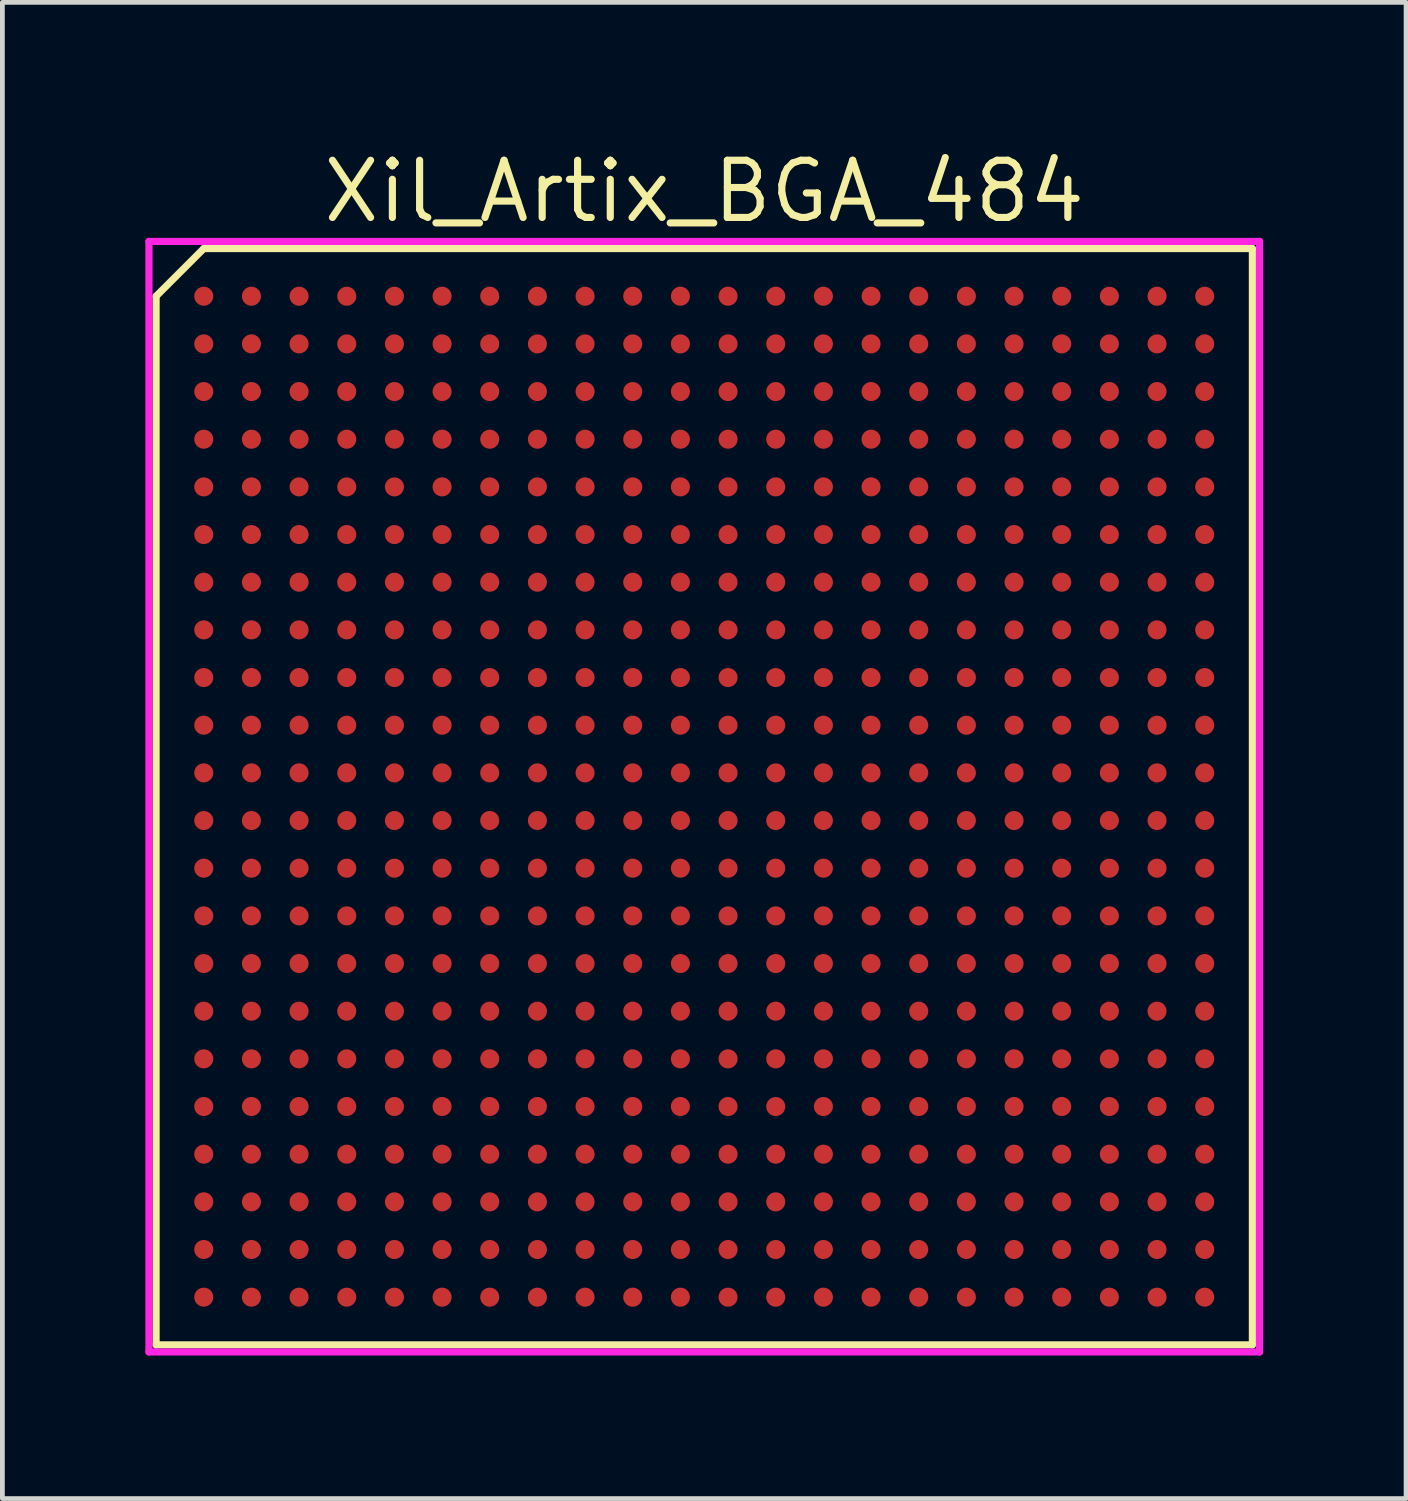
<source format=kicad_pcb>
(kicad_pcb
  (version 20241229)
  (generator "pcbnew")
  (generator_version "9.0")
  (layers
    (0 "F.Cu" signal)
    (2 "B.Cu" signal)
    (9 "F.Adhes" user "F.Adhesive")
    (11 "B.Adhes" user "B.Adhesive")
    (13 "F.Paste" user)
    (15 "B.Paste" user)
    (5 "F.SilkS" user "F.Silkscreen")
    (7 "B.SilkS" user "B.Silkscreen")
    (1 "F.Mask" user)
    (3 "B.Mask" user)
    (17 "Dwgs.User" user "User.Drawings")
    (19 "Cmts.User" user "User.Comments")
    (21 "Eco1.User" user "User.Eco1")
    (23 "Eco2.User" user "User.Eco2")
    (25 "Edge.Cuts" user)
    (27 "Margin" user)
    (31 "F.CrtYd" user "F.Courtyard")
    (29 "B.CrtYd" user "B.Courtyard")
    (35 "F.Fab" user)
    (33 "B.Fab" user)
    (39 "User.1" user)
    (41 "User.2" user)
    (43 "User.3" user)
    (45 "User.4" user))
  (footprint "Xil_Artix_BGA_484"
    (layer "F.Cu")
    (at 11.725 13.665)
    (property "Reference" "Xil_Artix_BGA_484" (at 0 -12.7 0) (layer "F.SilkS") (effects (font (size 1.2 1.2) (thickness 0.15))))
    (attr through_hole)
    (fp_line (start -11.5 -10.5) (end -11.5 11.5) (stroke (width 0.15) (type solid)) (layer "F.SilkS"))
    (fp_line (start -11.5 11.5) (end 11.5 11.5) (stroke (width 0.15) (type solid)) (layer "F.SilkS"))
    (fp_line (start -10.5 -11.5) (end -11.5 -10.5) (stroke (width 0.15) (type solid)) (layer "F.SilkS"))
    (fp_line (start 11.5 -11.5) (end -10.5 -11.5) (stroke (width 0.15) (type solid)) (layer "F.SilkS"))
    (fp_line (start 11.5 11.5) (end 11.5 -11.5) (stroke (width 0.15) (type solid)) (layer "F.SilkS"))
    (fp_line (start -11.65 -11.65) (end 11.65 -11.65) (stroke (width 0.15) (type solid)) (layer "F.CrtYd"))
    (fp_line (start -11.65 11.65) (end -11.65 -11.65) (stroke (width 0.15) (type solid)) (layer "F.CrtYd"))
    (fp_line (start 11.65 -11.65) (end 11.65 11.65) (stroke (width 0.15) (type solid)) (layer "F.CrtYd"))
    (fp_line (start 11.65 11.65) (end -11.65 11.65) (stroke (width 0.15) (type solid)) (layer "F.CrtYd"))
    (pad "A1" smd circle (at -10.5 -10.5) (size 0.4 0.4) (layers "F.Cu" "F.Mask" "F.Paste"))
    (pad "A2" smd circle (at -9.5 -10.5) (size 0.4 0.4) (layers "F.Cu" "F.Mask" "F.Paste"))
    (pad "A3" smd circle (at -8.5 -10.5) (size 0.4 0.4) (layers "F.Cu" "F.Mask" "F.Paste"))
    (pad "A4" smd circle (at -7.5 -10.5) (size 0.4 0.4) (layers "F.Cu" "F.Mask" "F.Paste"))
    (pad "A5" smd circle (at -6.5 -10.5) (size 0.4 0.4) (layers "F.Cu" "F.Mask" "F.Paste"))
    (pad "A6" smd circle (at -5.5 -10.5) (size 0.4 0.4) (layers "F.Cu" "F.Mask" "F.Paste"))
    (pad "A7" smd circle (at -4.5 -10.5) (size 0.4 0.4) (layers "F.Cu" "F.Mask" "F.Paste"))
    (pad "A8" smd circle (at -3.5 -10.5) (size 0.4 0.4) (layers "F.Cu" "F.Mask" "F.Paste"))
    (pad "A9" smd circle (at -2.5 -10.5) (size 0.4 0.4) (layers "F.Cu" "F.Mask" "F.Paste"))
    (pad "A10" smd circle (at -1.5 -10.5) (size 0.4 0.4) (layers "F.Cu" "F.Mask" "F.Paste"))
    (pad "A11" smd circle (at -0.5 -10.5) (size 0.4 0.4) (layers "F.Cu" "F.Mask" "F.Paste"))
    (pad "A12" smd circle (at 0.5 -10.5) (size 0.4 0.4) (layers "F.Cu" "F.Mask" "F.Paste"))
    (pad "A13" smd circle (at 1.5 -10.5) (size 0.4 0.4) (layers "F.Cu" "F.Mask" "F.Paste"))
    (pad "A14" smd circle (at 2.5 -10.5) (size 0.4 0.4) (layers "F.Cu" "F.Mask" "F.Paste"))
    (pad "A15" smd circle (at 3.5 -10.5) (size 0.4 0.4) (layers "F.Cu" "F.Mask" "F.Paste"))
    (pad "A16" smd circle (at 4.5 -10.5) (size 0.4 0.4) (layers "F.Cu" "F.Mask" "F.Paste"))
    (pad "A17" smd circle (at 5.5 -10.5) (size 0.4 0.4) (layers "F.Cu" "F.Mask" "F.Paste"))
    (pad "A18" smd circle (at 6.5 -10.5) (size 0.4 0.4) (layers "F.Cu" "F.Mask" "F.Paste"))
    (pad "A19" smd circle (at 7.5 -10.5) (size 0.4 0.4) (layers "F.Cu" "F.Mask" "F.Paste"))
    (pad "A20" smd circle (at 8.5 -10.5) (size 0.4 0.4) (layers "F.Cu" "F.Mask" "F.Paste"))
    (pad "A21" smd circle (at 9.5 -10.5) (size 0.4 0.4) (layers "F.Cu" "F.Mask" "F.Paste"))
    (pad "A22" smd circle (at 10.5 -10.5) (size 0.4 0.4) (layers "F.Cu" "F.Mask" "F.Paste"))
    (pad "AA1" smd circle (at -10.5 9.5) (size 0.4 0.4) (layers "F.Cu" "F.Mask" "F.Paste"))
    (pad "AA2" smd circle (at -9.5 9.5) (size 0.4 0.4) (layers "F.Cu" "F.Mask" "F.Paste"))
    (pad "AA3" smd circle (at -8.5 9.5) (size 0.4 0.4) (layers "F.Cu" "F.Mask" "F.Paste"))
    (pad "AA4" smd circle (at -7.5 9.5) (size 0.4 0.4) (layers "F.Cu" "F.Mask" "F.Paste"))
    (pad "AA5" smd circle (at -6.5 9.5) (size 0.4 0.4) (layers "F.Cu" "F.Mask" "F.Paste"))
    (pad "AA6" smd circle (at -5.5 9.5) (size 0.4 0.4) (layers "F.Cu" "F.Mask" "F.Paste"))
    (pad "AA7" smd circle (at -4.5 9.5) (size 0.4 0.4) (layers "F.Cu" "F.Mask" "F.Paste"))
    (pad "AA8" smd circle (at -3.5 9.5) (size 0.4 0.4) (layers "F.Cu" "F.Mask" "F.Paste"))
    (pad "AA9" smd circle (at -2.5 9.5) (size 0.4 0.4) (layers "F.Cu" "F.Mask" "F.Paste"))
    (pad "AA10" smd circle (at -1.5 9.5) (size 0.4 0.4) (layers "F.Cu" "F.Mask" "F.Paste"))
    (pad "AA11" smd circle (at -0.5 9.5) (size 0.4 0.4) (layers "F.Cu" "F.Mask" "F.Paste"))
    (pad "AA12" smd circle (at 0.5 9.5) (size 0.4 0.4) (layers "F.Cu" "F.Mask" "F.Paste"))
    (pad "AA13" smd circle (at 1.5 9.5) (size 0.4 0.4) (layers "F.Cu" "F.Mask" "F.Paste"))
    (pad "AA14" smd circle (at 2.5 9.5) (size 0.4 0.4) (layers "F.Cu" "F.Mask" "F.Paste"))
    (pad "AA15" smd circle (at 3.5 9.5) (size 0.4 0.4) (layers "F.Cu" "F.Mask" "F.Paste"))
    (pad "AA16" smd circle (at 4.5 9.5) (size 0.4 0.4) (layers "F.Cu" "F.Mask" "F.Paste"))
    (pad "AA17" smd circle (at 5.5 9.5) (size 0.4 0.4) (layers "F.Cu" "F.Mask" "F.Paste"))
    (pad "AA18" smd circle (at 6.5 9.5) (size 0.4 0.4) (layers "F.Cu" "F.Mask" "F.Paste"))
    (pad "AA19" smd circle (at 7.5 9.5) (size 0.4 0.4) (layers "F.Cu" "F.Mask" "F.Paste"))
    (pad "AA20" smd circle (at 8.5 9.5) (size 0.4 0.4) (layers "F.Cu" "F.Mask" "F.Paste"))
    (pad "AA21" smd circle (at 9.5 9.5) (size 0.4 0.4) (layers "F.Cu" "F.Mask" "F.Paste"))
    (pad "AA22" smd circle (at 10.5 9.5) (size 0.4 0.4) (layers "F.Cu" "F.Mask" "F.Paste"))
    (pad "AB1" smd circle (at -10.5 10.5) (size 0.4 0.4) (layers "F.Cu" "F.Mask" "F.Paste"))
    (pad "AB2" smd circle (at -9.5 10.5) (size 0.4 0.4) (layers "F.Cu" "F.Mask" "F.Paste"))
    (pad "AB3" smd circle (at -8.5 10.5) (size 0.4 0.4) (layers "F.Cu" "F.Mask" "F.Paste"))
    (pad "AB4" smd circle (at -7.5 10.5) (size 0.4 0.4) (layers "F.Cu" "F.Mask" "F.Paste"))
    (pad "AB5" smd circle (at -6.5 10.5) (size 0.4 0.4) (layers "F.Cu" "F.Mask" "F.Paste"))
    (pad "AB6" smd circle (at -5.5 10.5) (size 0.4 0.4) (layers "F.Cu" "F.Mask" "F.Paste"))
    (pad "AB7" smd circle (at -4.5 10.5) (size 0.4 0.4) (layers "F.Cu" "F.Mask" "F.Paste"))
    (pad "AB8" smd circle (at -3.5 10.5) (size 0.4 0.4) (layers "F.Cu" "F.Mask" "F.Paste"))
    (pad "AB9" smd circle (at -2.5 10.5) (size 0.4 0.4) (layers "F.Cu" "F.Mask" "F.Paste"))
    (pad "AB10" smd circle (at -1.5 10.5) (size 0.4 0.4) (layers "F.Cu" "F.Mask" "F.Paste"))
    (pad "AB11" smd circle (at -0.5 10.5) (size 0.4 0.4) (layers "F.Cu" "F.Mask" "F.Paste"))
    (pad "AB12" smd circle (at 0.5 10.5) (size 0.4 0.4) (layers "F.Cu" "F.Mask" "F.Paste"))
    (pad "AB13" smd circle (at 1.5 10.5) (size 0.4 0.4) (layers "F.Cu" "F.Mask" "F.Paste"))
    (pad "AB14" smd circle (at 2.5 10.5) (size 0.4 0.4) (layers "F.Cu" "F.Mask" "F.Paste"))
    (pad "AB15" smd circle (at 3.5 10.5) (size 0.4 0.4) (layers "F.Cu" "F.Mask" "F.Paste"))
    (pad "AB16" smd circle (at 4.5 10.5) (size 0.4 0.4) (layers "F.Cu" "F.Mask" "F.Paste"))
    (pad "AB17" smd circle (at 5.5 10.5) (size 0.4 0.4) (layers "F.Cu" "F.Mask" "F.Paste"))
    (pad "AB18" smd circle (at 6.5 10.5) (size 0.4 0.4) (layers "F.Cu" "F.Mask" "F.Paste"))
    (pad "AB19" smd circle (at 7.5 10.5) (size 0.4 0.4) (layers "F.Cu" "F.Mask" "F.Paste"))
    (pad "AB20" smd circle (at 8.5 10.5) (size 0.4 0.4) (layers "F.Cu" "F.Mask" "F.Paste"))
    (pad "AB21" smd circle (at 9.5 10.5) (size 0.4 0.4) (layers "F.Cu" "F.Mask" "F.Paste"))
    (pad "AB22" smd circle (at 10.5 10.5) (size 0.4 0.4) (layers "F.Cu" "F.Mask" "F.Paste"))
    (pad "B1" smd circle (at -10.5 -9.5) (size 0.4 0.4) (layers "F.Cu" "F.Mask" "F.Paste"))
    (pad "B2" smd circle (at -9.5 -9.5) (size 0.4 0.4) (layers "F.Cu" "F.Mask" "F.Paste"))
    (pad "B3" smd circle (at -8.5 -9.5) (size 0.4 0.4) (layers "F.Cu" "F.Mask" "F.Paste"))
    (pad "B4" smd circle (at -7.5 -9.5) (size 0.4 0.4) (layers "F.Cu" "F.Mask" "F.Paste"))
    (pad "B5" smd circle (at -6.5 -9.5) (size 0.4 0.4) (layers "F.Cu" "F.Mask" "F.Paste"))
    (pad "B6" smd circle (at -5.5 -9.5) (size 0.4 0.4) (layers "F.Cu" "F.Mask" "F.Paste"))
    (pad "B7" smd circle (at -4.5 -9.5) (size 0.4 0.4) (layers "F.Cu" "F.Mask" "F.Paste"))
    (pad "B8" smd circle (at -3.5 -9.5) (size 0.4 0.4) (layers "F.Cu" "F.Mask" "F.Paste"))
    (pad "B9" smd circle (at -2.5 -9.5) (size 0.4 0.4) (layers "F.Cu" "F.Mask" "F.Paste"))
    (pad "B10" smd circle (at -1.5 -9.5) (size 0.4 0.4) (layers "F.Cu" "F.Mask" "F.Paste"))
    (pad "B11" smd circle (at -0.5 -9.5) (size 0.4 0.4) (layers "F.Cu" "F.Mask" "F.Paste"))
    (pad "B12" smd circle (at 0.5 -9.5) (size 0.4 0.4) (layers "F.Cu" "F.Mask" "F.Paste"))
    (pad "B13" smd circle (at 1.5 -9.5) (size 0.4 0.4) (layers "F.Cu" "F.Mask" "F.Paste"))
    (pad "B14" smd circle (at 2.5 -9.5) (size 0.4 0.4) (layers "F.Cu" "F.Mask" "F.Paste"))
    (pad "B15" smd circle (at 3.5 -9.5) (size 0.4 0.4) (layers "F.Cu" "F.Mask" "F.Paste"))
    (pad "B16" smd circle (at 4.5 -9.5) (size 0.4 0.4) (layers "F.Cu" "F.Mask" "F.Paste"))
    (pad "B17" smd circle (at 5.5 -9.5) (size 0.4 0.4) (layers "F.Cu" "F.Mask" "F.Paste"))
    (pad "B18" smd circle (at 6.5 -9.5) (size 0.4 0.4) (layers "F.Cu" "F.Mask" "F.Paste"))
    (pad "B19" smd circle (at 7.5 -9.5) (size 0.4 0.4) (layers "F.Cu" "F.Mask" "F.Paste"))
    (pad "B20" smd circle (at 8.5 -9.5) (size 0.4 0.4) (layers "F.Cu" "F.Mask" "F.Paste"))
    (pad "B21" smd circle (at 9.5 -9.5) (size 0.4 0.4) (layers "F.Cu" "F.Mask" "F.Paste"))
    (pad "B22" smd circle (at 10.5 -9.5) (size 0.4 0.4) (layers "F.Cu" "F.Mask" "F.Paste"))
    (pad "C1" smd circle (at -10.5 -8.5) (size 0.4 0.4) (layers "F.Cu" "F.Mask" "F.Paste"))
    (pad "C2" smd circle (at -9.5 -8.5) (size 0.4 0.4) (layers "F.Cu" "F.Mask" "F.Paste"))
    (pad "C3" smd circle (at -8.5 -8.5) (size 0.4 0.4) (layers "F.Cu" "F.Mask" "F.Paste"))
    (pad "C4" smd circle (at -7.5 -8.5) (size 0.4 0.4) (layers "F.Cu" "F.Mask" "F.Paste"))
    (pad "C5" smd circle (at -6.5 -8.5) (size 0.4 0.4) (layers "F.Cu" "F.Mask" "F.Paste"))
    (pad "C6" smd circle (at -5.5 -8.5) (size 0.4 0.4) (layers "F.Cu" "F.Mask" "F.Paste"))
    (pad "C7" smd circle (at -4.5 -8.5) (size 0.4 0.4) (layers "F.Cu" "F.Mask" "F.Paste"))
    (pad "C8" smd circle (at -3.5 -8.5) (size 0.4 0.4) (layers "F.Cu" "F.Mask" "F.Paste"))
    (pad "C9" smd circle (at -2.5 -8.5) (size 0.4 0.4) (layers "F.Cu" "F.Mask" "F.Paste"))
    (pad "C10" smd circle (at -1.5 -8.5) (size 0.4 0.4) (layers "F.Cu" "F.Mask" "F.Paste"))
    (pad "C11" smd circle (at -0.5 -8.5) (size 0.4 0.4) (layers "F.Cu" "F.Mask" "F.Paste"))
    (pad "C12" smd circle (at 0.5 -8.5) (size 0.4 0.4) (layers "F.Cu" "F.Mask" "F.Paste"))
    (pad "C13" smd circle (at 1.5 -8.5) (size 0.4 0.4) (layers "F.Cu" "F.Mask" "F.Paste"))
    (pad "C14" smd circle (at 2.5 -8.5) (size 0.4 0.4) (layers "F.Cu" "F.Mask" "F.Paste"))
    (pad "C15" smd circle (at 3.5 -8.5) (size 0.4 0.4) (layers "F.Cu" "F.Mask" "F.Paste"))
    (pad "C16" smd circle (at 4.5 -8.5) (size 0.4 0.4) (layers "F.Cu" "F.Mask" "F.Paste"))
    (pad "C17" smd circle (at 5.5 -8.5) (size 0.4 0.4) (layers "F.Cu" "F.Mask" "F.Paste"))
    (pad "C18" smd circle (at 6.5 -8.5) (size 0.4 0.4) (layers "F.Cu" "F.Mask" "F.Paste"))
    (pad "C19" smd circle (at 7.5 -8.5) (size 0.4 0.4) (layers "F.Cu" "F.Mask" "F.Paste"))
    (pad "C20" smd circle (at 8.5 -8.5) (size 0.4 0.4) (layers "F.Cu" "F.Mask" "F.Paste"))
    (pad "C21" smd circle (at 9.5 -8.5) (size 0.4 0.4) (layers "F.Cu" "F.Mask" "F.Paste"))
    (pad "C22" smd circle (at 10.5 -8.5) (size 0.4 0.4) (layers "F.Cu" "F.Mask" "F.Paste"))
    (pad "D1" smd circle (at -10.5 -7.5) (size 0.4 0.4) (layers "F.Cu" "F.Mask" "F.Paste"))
    (pad "D2" smd circle (at -9.5 -7.5) (size 0.4 0.4) (layers "F.Cu" "F.Mask" "F.Paste"))
    (pad "D3" smd circle (at -8.5 -7.5) (size 0.4 0.4) (layers "F.Cu" "F.Mask" "F.Paste"))
    (pad "D4" smd circle (at -7.5 -7.5) (size 0.4 0.4) (layers "F.Cu" "F.Mask" "F.Paste"))
    (pad "D5" smd circle (at -6.5 -7.5) (size 0.4 0.4) (layers "F.Cu" "F.Mask" "F.Paste"))
    (pad "D6" smd circle (at -5.5 -7.5) (size 0.4 0.4) (layers "F.Cu" "F.Mask" "F.Paste"))
    (pad "D7" smd circle (at -4.5 -7.5) (size 0.4 0.4) (layers "F.Cu" "F.Mask" "F.Paste"))
    (pad "D8" smd circle (at -3.5 -7.5) (size 0.4 0.4) (layers "F.Cu" "F.Mask" "F.Paste"))
    (pad "D9" smd circle (at -2.5 -7.5) (size 0.4 0.4) (layers "F.Cu" "F.Mask" "F.Paste"))
    (pad "D10" smd circle (at -1.5 -7.5) (size 0.4 0.4) (layers "F.Cu" "F.Mask" "F.Paste"))
    (pad "D11" smd circle (at -0.5 -7.5) (size 0.4 0.4) (layers "F.Cu" "F.Mask" "F.Paste"))
    (pad "D12" smd circle (at 0.5 -7.5) (size 0.4 0.4) (layers "F.Cu" "F.Mask" "F.Paste"))
    (pad "D13" smd circle (at 1.5 -7.5) (size 0.4 0.4) (layers "F.Cu" "F.Mask" "F.Paste"))
    (pad "D14" smd circle (at 2.5 -7.5) (size 0.4 0.4) (layers "F.Cu" "F.Mask" "F.Paste"))
    (pad "D15" smd circle (at 3.5 -7.5) (size 0.4 0.4) (layers "F.Cu" "F.Mask" "F.Paste"))
    (pad "D16" smd circle (at 4.5 -7.5) (size 0.4 0.4) (layers "F.Cu" "F.Mask" "F.Paste"))
    (pad "D17" smd circle (at 5.5 -7.5) (size 0.4 0.4) (layers "F.Cu" "F.Mask" "F.Paste"))
    (pad "D18" smd circle (at 6.5 -7.5) (size 0.4 0.4) (layers "F.Cu" "F.Mask" "F.Paste"))
    (pad "D19" smd circle (at 7.5 -7.5) (size 0.4 0.4) (layers "F.Cu" "F.Mask" "F.Paste"))
    (pad "D20" smd circle (at 8.5 -7.5) (size 0.4 0.4) (layers "F.Cu" "F.Mask" "F.Paste"))
    (pad "D21" smd circle (at 9.5 -7.5) (size 0.4 0.4) (layers "F.Cu" "F.Mask" "F.Paste"))
    (pad "D22" smd circle (at 10.5 -7.5) (size 0.4 0.4) (layers "F.Cu" "F.Mask" "F.Paste"))
    (pad "E1" smd circle (at -10.5 -6.5) (size 0.4 0.4) (layers "F.Cu" "F.Mask" "F.Paste"))
    (pad "E2" smd circle (at -9.5 -6.5) (size 0.4 0.4) (layers "F.Cu" "F.Mask" "F.Paste"))
    (pad "E3" smd circle (at -8.5 -6.5) (size 0.4 0.4) (layers "F.Cu" "F.Mask" "F.Paste"))
    (pad "E4" smd circle (at -7.5 -6.5) (size 0.4 0.4) (layers "F.Cu" "F.Mask" "F.Paste"))
    (pad "E5" smd circle (at -6.5 -6.5) (size 0.4 0.4) (layers "F.Cu" "F.Mask" "F.Paste"))
    (pad "E6" smd circle (at -5.5 -6.5) (size 0.4 0.4) (layers "F.Cu" "F.Mask" "F.Paste"))
    (pad "E7" smd circle (at -4.5 -6.5) (size 0.4 0.4) (layers "F.Cu" "F.Mask" "F.Paste"))
    (pad "E8" smd circle (at -3.5 -6.5) (size 0.4 0.4) (layers "F.Cu" "F.Mask" "F.Paste"))
    (pad "E9" smd circle (at -2.5 -6.5) (size 0.4 0.4) (layers "F.Cu" "F.Mask" "F.Paste"))
    (pad "E10" smd circle (at -1.5 -6.5) (size 0.4 0.4) (layers "F.Cu" "F.Mask" "F.Paste"))
    (pad "E11" smd circle (at -0.5 -6.5) (size 0.4 0.4) (layers "F.Cu" "F.Mask" "F.Paste"))
    (pad "E12" smd circle (at 0.5 -6.5) (size 0.4 0.4) (layers "F.Cu" "F.Mask" "F.Paste"))
    (pad "E13" smd circle (at 1.5 -6.5) (size 0.4 0.4) (layers "F.Cu" "F.Mask" "F.Paste"))
    (pad "E14" smd circle (at 2.5 -6.5) (size 0.4 0.4) (layers "F.Cu" "F.Mask" "F.Paste"))
    (pad "E15" smd circle (at 3.5 -6.5) (size 0.4 0.4) (layers "F.Cu" "F.Mask" "F.Paste"))
    (pad "E16" smd circle (at 4.5 -6.5) (size 0.4 0.4) (layers "F.Cu" "F.Mask" "F.Paste"))
    (pad "E17" smd circle (at 5.5 -6.5) (size 0.4 0.4) (layers "F.Cu" "F.Mask" "F.Paste"))
    (pad "E18" smd circle (at 6.5 -6.5) (size 0.4 0.4) (layers "F.Cu" "F.Mask" "F.Paste"))
    (pad "E19" smd circle (at 7.5 -6.5) (size 0.4 0.4) (layers "F.Cu" "F.Mask" "F.Paste"))
    (pad "E20" smd circle (at 8.5 -6.5) (size 0.4 0.4) (layers "F.Cu" "F.Mask" "F.Paste"))
    (pad "E21" smd circle (at 9.5 -6.5) (size 0.4 0.4) (layers "F.Cu" "F.Mask" "F.Paste"))
    (pad "E22" smd circle (at 10.5 -6.5) (size 0.4 0.4) (layers "F.Cu" "F.Mask" "F.Paste"))
    (pad "F1" smd circle (at -10.5 -5.5) (size 0.4 0.4) (layers "F.Cu" "F.Mask" "F.Paste"))
    (pad "F2" smd circle (at -9.5 -5.5) (size 0.4 0.4) (layers "F.Cu" "F.Mask" "F.Paste"))
    (pad "F3" smd circle (at -8.5 -5.5) (size 0.4 0.4) (layers "F.Cu" "F.Mask" "F.Paste"))
    (pad "F4" smd circle (at -7.5 -5.5) (size 0.4 0.4) (layers "F.Cu" "F.Mask" "F.Paste"))
    (pad "F5" smd circle (at -6.5 -5.5) (size 0.4 0.4) (layers "F.Cu" "F.Mask" "F.Paste"))
    (pad "F6" smd circle (at -5.5 -5.5) (size 0.4 0.4) (layers "F.Cu" "F.Mask" "F.Paste"))
    (pad "F7" smd circle (at -4.5 -5.5) (size 0.4 0.4) (layers "F.Cu" "F.Mask" "F.Paste"))
    (pad "F8" smd circle (at -3.5 -5.5) (size 0.4 0.4) (layers "F.Cu" "F.Mask" "F.Paste"))
    (pad "F9" smd circle (at -2.5 -5.5) (size 0.4 0.4) (layers "F.Cu" "F.Mask" "F.Paste"))
    (pad "F10" smd circle (at -1.5 -5.5) (size 0.4 0.4) (layers "F.Cu" "F.Mask" "F.Paste"))
    (pad "F11" smd circle (at -0.5 -5.5) (size 0.4 0.4) (layers "F.Cu" "F.Mask" "F.Paste"))
    (pad "F12" smd circle (at 0.5 -5.5) (size 0.4 0.4) (layers "F.Cu" "F.Mask" "F.Paste"))
    (pad "F13" smd circle (at 1.5 -5.5) (size 0.4 0.4) (layers "F.Cu" "F.Mask" "F.Paste"))
    (pad "F14" smd circle (at 2.5 -5.5) (size 0.4 0.4) (layers "F.Cu" "F.Mask" "F.Paste"))
    (pad "F15" smd circle (at 3.5 -5.5) (size 0.4 0.4) (layers "F.Cu" "F.Mask" "F.Paste"))
    (pad "F16" smd circle (at 4.5 -5.5) (size 0.4 0.4) (layers "F.Cu" "F.Mask" "F.Paste"))
    (pad "F17" smd circle (at 5.5 -5.5) (size 0.4 0.4) (layers "F.Cu" "F.Mask" "F.Paste"))
    (pad "F18" smd circle (at 6.5 -5.5) (size 0.4 0.4) (layers "F.Cu" "F.Mask" "F.Paste"))
    (pad "F19" smd circle (at 7.5 -5.5) (size 0.4 0.4) (layers "F.Cu" "F.Mask" "F.Paste"))
    (pad "F20" smd circle (at 8.5 -5.5) (size 0.4 0.4) (layers "F.Cu" "F.Mask" "F.Paste"))
    (pad "F21" smd circle (at 9.5 -5.5) (size 0.4 0.4) (layers "F.Cu" "F.Mask" "F.Paste"))
    (pad "F22" smd circle (at 10.5 -5.5) (size 0.4 0.4) (layers "F.Cu" "F.Mask" "F.Paste"))
    (pad "G1" smd circle (at -10.5 -4.5) (size 0.4 0.4) (layers "F.Cu" "F.Mask" "F.Paste"))
    (pad "G2" smd circle (at -9.5 -4.5) (size 0.4 0.4) (layers "F.Cu" "F.Mask" "F.Paste"))
    (pad "G3" smd circle (at -8.5 -4.5) (size 0.4 0.4) (layers "F.Cu" "F.Mask" "F.Paste"))
    (pad "G4" smd circle (at -7.5 -4.5) (size 0.4 0.4) (layers "F.Cu" "F.Mask" "F.Paste"))
    (pad "G5" smd circle (at -6.5 -4.5) (size 0.4 0.4) (layers "F.Cu" "F.Mask" "F.Paste"))
    (pad "G6" smd circle (at -5.5 -4.5) (size 0.4 0.4) (layers "F.Cu" "F.Mask" "F.Paste"))
    (pad "G7" smd circle (at -4.5 -4.5) (size 0.4 0.4) (layers "F.Cu" "F.Mask" "F.Paste"))
    (pad "G8" smd circle (at -3.5 -4.5) (size 0.4 0.4) (layers "F.Cu" "F.Mask" "F.Paste"))
    (pad "G9" smd circle (at -2.5 -4.5) (size 0.4 0.4) (layers "F.Cu" "F.Mask" "F.Paste"))
    (pad "G10" smd circle (at -1.5 -4.5) (size 0.4 0.4) (layers "F.Cu" "F.Mask" "F.Paste"))
    (pad "G11" smd circle (at -0.5 -4.5) (size 0.4 0.4) (layers "F.Cu" "F.Mask" "F.Paste"))
    (pad "G12" smd circle (at 0.5 -4.5) (size 0.4 0.4) (layers "F.Cu" "F.Mask" "F.Paste"))
    (pad "G13" smd circle (at 1.5 -4.5) (size 0.4 0.4) (layers "F.Cu" "F.Mask" "F.Paste"))
    (pad "G14" smd circle (at 2.5 -4.5) (size 0.4 0.4) (layers "F.Cu" "F.Mask" "F.Paste"))
    (pad "G15" smd circle (at 3.5 -4.5) (size 0.4 0.4) (layers "F.Cu" "F.Mask" "F.Paste"))
    (pad "G16" smd circle (at 4.5 -4.5) (size 0.4 0.4) (layers "F.Cu" "F.Mask" "F.Paste"))
    (pad "G17" smd circle (at 5.5 -4.5) (size 0.4 0.4) (layers "F.Cu" "F.Mask" "F.Paste"))
    (pad "G18" smd circle (at 6.5 -4.5) (size 0.4 0.4) (layers "F.Cu" "F.Mask" "F.Paste"))
    (pad "G19" smd circle (at 7.5 -4.5) (size 0.4 0.4) (layers "F.Cu" "F.Mask" "F.Paste"))
    (pad "G20" smd circle (at 8.5 -4.5) (size 0.4 0.4) (layers "F.Cu" "F.Mask" "F.Paste"))
    (pad "G21" smd circle (at 9.5 -4.5) (size 0.4 0.4) (layers "F.Cu" "F.Mask" "F.Paste"))
    (pad "G22" smd circle (at 10.5 -4.5) (size 0.4 0.4) (layers "F.Cu" "F.Mask" "F.Paste"))
    (pad "H1" smd circle (at -10.5 -3.5) (size 0.4 0.4) (layers "F.Cu" "F.Mask" "F.Paste"))
    (pad "H2" smd circle (at -9.5 -3.5) (size 0.4 0.4) (layers "F.Cu" "F.Mask" "F.Paste"))
    (pad "H3" smd circle (at -8.5 -3.5) (size 0.4 0.4) (layers "F.Cu" "F.Mask" "F.Paste"))
    (pad "H4" smd circle (at -7.5 -3.5) (size 0.4 0.4) (layers "F.Cu" "F.Mask" "F.Paste"))
    (pad "H5" smd circle (at -6.5 -3.5) (size 0.4 0.4) (layers "F.Cu" "F.Mask" "F.Paste"))
    (pad "H6" smd circle (at -5.5 -3.5) (size 0.4 0.4) (layers "F.Cu" "F.Mask" "F.Paste"))
    (pad "H7" smd circle (at -4.5 -3.5) (size 0.4 0.4) (layers "F.Cu" "F.Mask" "F.Paste"))
    (pad "H8" smd circle (at -3.5 -3.5) (size 0.4 0.4) (layers "F.Cu" "F.Mask" "F.Paste"))
    (pad "H9" smd circle (at -2.5 -3.5) (size 0.4 0.4) (layers "F.Cu" "F.Mask" "F.Paste"))
    (pad "H10" smd circle (at -1.5 -3.5) (size 0.4 0.4) (layers "F.Cu" "F.Mask" "F.Paste"))
    (pad "H11" smd circle (at -0.5 -3.5) (size 0.4 0.4) (layers "F.Cu" "F.Mask" "F.Paste"))
    (pad "H12" smd circle (at 0.5 -3.5) (size 0.4 0.4) (layers "F.Cu" "F.Mask" "F.Paste"))
    (pad "H13" smd circle (at 1.5 -3.5) (size 0.4 0.4) (layers "F.Cu" "F.Mask" "F.Paste"))
    (pad "H14" smd circle (at 2.5 -3.5) (size 0.4 0.4) (layers "F.Cu" "F.Mask" "F.Paste"))
    (pad "H15" smd circle (at 3.5 -3.5) (size 0.4 0.4) (layers "F.Cu" "F.Mask" "F.Paste"))
    (pad "H16" smd circle (at 4.5 -3.5) (size 0.4 0.4) (layers "F.Cu" "F.Mask" "F.Paste"))
    (pad "H17" smd circle (at 5.5 -3.5) (size 0.4 0.4) (layers "F.Cu" "F.Mask" "F.Paste"))
    (pad "H18" smd circle (at 6.5 -3.5) (size 0.4 0.4) (layers "F.Cu" "F.Mask" "F.Paste"))
    (pad "H19" smd circle (at 7.5 -3.5) (size 0.4 0.4) (layers "F.Cu" "F.Mask" "F.Paste"))
    (pad "H20" smd circle (at 8.5 -3.5) (size 0.4 0.4) (layers "F.Cu" "F.Mask" "F.Paste"))
    (pad "H21" smd circle (at 9.5 -3.5) (size 0.4 0.4) (layers "F.Cu" "F.Mask" "F.Paste"))
    (pad "H22" smd circle (at 10.5 -3.5) (size 0.4 0.4) (layers "F.Cu" "F.Mask" "F.Paste"))
    (pad "J1" smd circle (at -10.5 -2.5) (size 0.4 0.4) (layers "F.Cu" "F.Mask" "F.Paste"))
    (pad "J2" smd circle (at -9.5 -2.5) (size 0.4 0.4) (layers "F.Cu" "F.Mask" "F.Paste"))
    (pad "J3" smd circle (at -8.5 -2.5) (size 0.4 0.4) (layers "F.Cu" "F.Mask" "F.Paste"))
    (pad "J4" smd circle (at -7.5 -2.5) (size 0.4 0.4) (layers "F.Cu" "F.Mask" "F.Paste"))
    (pad "J5" smd circle (at -6.5 -2.5) (size 0.4 0.4) (layers "F.Cu" "F.Mask" "F.Paste"))
    (pad "J6" smd circle (at -5.5 -2.5) (size 0.4 0.4) (layers "F.Cu" "F.Mask" "F.Paste"))
    (pad "J7" smd circle (at -4.5 -2.5) (size 0.4 0.4) (layers "F.Cu" "F.Mask" "F.Paste"))
    (pad "J8" smd circle (at -3.5 -2.5) (size 0.4 0.4) (layers "F.Cu" "F.Mask" "F.Paste"))
    (pad "J9" smd circle (at -2.5 -2.5) (size 0.4 0.4) (layers "F.Cu" "F.Mask" "F.Paste"))
    (pad "J10" smd circle (at -1.5 -2.5) (size 0.4 0.4) (layers "F.Cu" "F.Mask" "F.Paste"))
    (pad "J11" smd circle (at -0.5 -2.5) (size 0.4 0.4) (layers "F.Cu" "F.Mask" "F.Paste"))
    (pad "J12" smd circle (at 0.5 -2.5) (size 0.4 0.4) (layers "F.Cu" "F.Mask" "F.Paste"))
    (pad "J13" smd circle (at 1.5 -2.5) (size 0.4 0.4) (layers "F.Cu" "F.Mask" "F.Paste"))
    (pad "J14" smd circle (at 2.5 -2.5) (size 0.4 0.4) (layers "F.Cu" "F.Mask" "F.Paste"))
    (pad "J15" smd circle (at 3.5 -2.5) (size 0.4 0.4) (layers "F.Cu" "F.Mask" "F.Paste"))
    (pad "J16" smd circle (at 4.5 -2.5) (size 0.4 0.4) (layers "F.Cu" "F.Mask" "F.Paste"))
    (pad "J17" smd circle (at 5.5 -2.5) (size 0.4 0.4) (layers "F.Cu" "F.Mask" "F.Paste"))
    (pad "J18" smd circle (at 6.5 -2.5) (size 0.4 0.4) (layers "F.Cu" "F.Mask" "F.Paste"))
    (pad "J19" smd circle (at 7.5 -2.5) (size 0.4 0.4) (layers "F.Cu" "F.Mask" "F.Paste"))
    (pad "J20" smd circle (at 8.5 -2.5) (size 0.4 0.4) (layers "F.Cu" "F.Mask" "F.Paste"))
    (pad "J21" smd circle (at 9.5 -2.5) (size 0.4 0.4) (layers "F.Cu" "F.Mask" "F.Paste"))
    (pad "J22" smd circle (at 10.5 -2.5) (size 0.4 0.4) (layers "F.Cu" "F.Mask" "F.Paste"))
    (pad "K1" smd circle (at -10.5 -1.5) (size 0.4 0.4) (layers "F.Cu" "F.Mask" "F.Paste"))
    (pad "K2" smd circle (at -9.5 -1.5) (size 0.4 0.4) (layers "F.Cu" "F.Mask" "F.Paste"))
    (pad "K3" smd circle (at -8.5 -1.5) (size 0.4 0.4) (layers "F.Cu" "F.Mask" "F.Paste"))
    (pad "K4" smd circle (at -7.5 -1.5) (size 0.4 0.4) (layers "F.Cu" "F.Mask" "F.Paste"))
    (pad "K5" smd circle (at -6.5 -1.5) (size 0.4 0.4) (layers "F.Cu" "F.Mask" "F.Paste"))
    (pad "K6" smd circle (at -5.5 -1.5) (size 0.4 0.4) (layers "F.Cu" "F.Mask" "F.Paste"))
    (pad "K7" smd circle (at -4.5 -1.5) (size 0.4 0.4) (layers "F.Cu" "F.Mask" "F.Paste"))
    (pad "K8" smd circle (at -3.5 -1.5) (size 0.4 0.4) (layers "F.Cu" "F.Mask" "F.Paste"))
    (pad "K9" smd circle (at -2.5 -1.5) (size 0.4 0.4) (layers "F.Cu" "F.Mask" "F.Paste"))
    (pad "K10" smd circle (at -1.5 -1.5) (size 0.4 0.4) (layers "F.Cu" "F.Mask" "F.Paste"))
    (pad "K11" smd circle (at -0.5 -1.5) (size 0.4 0.4) (layers "F.Cu" "F.Mask" "F.Paste"))
    (pad "K12" smd circle (at 0.5 -1.5) (size 0.4 0.4) (layers "F.Cu" "F.Mask" "F.Paste"))
    (pad "K13" smd circle (at 1.5 -1.5) (size 0.4 0.4) (layers "F.Cu" "F.Mask" "F.Paste"))
    (pad "K14" smd circle (at 2.5 -1.5) (size 0.4 0.4) (layers "F.Cu" "F.Mask" "F.Paste"))
    (pad "K15" smd circle (at 3.5 -1.5) (size 0.4 0.4) (layers "F.Cu" "F.Mask" "F.Paste"))
    (pad "K16" smd circle (at 4.5 -1.5) (size 0.4 0.4) (layers "F.Cu" "F.Mask" "F.Paste"))
    (pad "K17" smd circle (at 5.5 -1.5) (size 0.4 0.4) (layers "F.Cu" "F.Mask" "F.Paste"))
    (pad "K18" smd circle (at 6.5 -1.5) (size 0.4 0.4) (layers "F.Cu" "F.Mask" "F.Paste"))
    (pad "K19" smd circle (at 7.5 -1.5) (size 0.4 0.4) (layers "F.Cu" "F.Mask" "F.Paste"))
    (pad "K20" smd circle (at 8.5 -1.5) (size 0.4 0.4) (layers "F.Cu" "F.Mask" "F.Paste"))
    (pad "K21" smd circle (at 9.5 -1.5) (size 0.4 0.4) (layers "F.Cu" "F.Mask" "F.Paste"))
    (pad "K22" smd circle (at 10.5 -1.5) (size 0.4 0.4) (layers "F.Cu" "F.Mask" "F.Paste"))
    (pad "L1" smd circle (at -10.5 -0.5) (size 0.4 0.4) (layers "F.Cu" "F.Mask" "F.Paste"))
    (pad "L2" smd circle (at -9.5 -0.5) (size 0.4 0.4) (layers "F.Cu" "F.Mask" "F.Paste"))
    (pad "L3" smd circle (at -8.5 -0.5) (size 0.4 0.4) (layers "F.Cu" "F.Mask" "F.Paste"))
    (pad "L4" smd circle (at -7.5 -0.5) (size 0.4 0.4) (layers "F.Cu" "F.Mask" "F.Paste"))
    (pad "L5" smd circle (at -6.5 -0.5) (size 0.4 0.4) (layers "F.Cu" "F.Mask" "F.Paste"))
    (pad "L6" smd circle (at -5.5 -0.5) (size 0.4 0.4) (layers "F.Cu" "F.Mask" "F.Paste"))
    (pad "L7" smd circle (at -4.5 -0.5) (size 0.4 0.4) (layers "F.Cu" "F.Mask" "F.Paste"))
    (pad "L8" smd circle (at -3.5 -0.5) (size 0.4 0.4) (layers "F.Cu" "F.Mask" "F.Paste"))
    (pad "L9" smd circle (at -2.5 -0.5) (size 0.4 0.4) (layers "F.Cu" "F.Mask" "F.Paste"))
    (pad "L10" smd circle (at -1.5 -0.5) (size 0.4 0.4) (layers "F.Cu" "F.Mask" "F.Paste"))
    (pad "L11" smd circle (at -0.5 -0.5) (size 0.4 0.4) (layers "F.Cu" "F.Mask" "F.Paste"))
    (pad "L12" smd circle (at 0.5 -0.5) (size 0.4 0.4) (layers "F.Cu" "F.Mask" "F.Paste"))
    (pad "L13" smd circle (at 1.5 -0.5) (size 0.4 0.4) (layers "F.Cu" "F.Mask" "F.Paste"))
    (pad "L14" smd circle (at 2.5 -0.5) (size 0.4 0.4) (layers "F.Cu" "F.Mask" "F.Paste"))
    (pad "L15" smd circle (at 3.5 -0.5) (size 0.4 0.4) (layers "F.Cu" "F.Mask" "F.Paste"))
    (pad "L16" smd circle (at 4.5 -0.5) (size 0.4 0.4) (layers "F.Cu" "F.Mask" "F.Paste"))
    (pad "L17" smd circle (at 5.5 -0.5) (size 0.4 0.4) (layers "F.Cu" "F.Mask" "F.Paste"))
    (pad "L18" smd circle (at 6.5 -0.5) (size 0.4 0.4) (layers "F.Cu" "F.Mask" "F.Paste"))
    (pad "L19" smd circle (at 7.5 -0.5) (size 0.4 0.4) (layers "F.Cu" "F.Mask" "F.Paste"))
    (pad "L20" smd circle (at 8.5 -0.5) (size 0.4 0.4) (layers "F.Cu" "F.Mask" "F.Paste"))
    (pad "L21" smd circle (at 9.5 -0.5) (size 0.4 0.4) (layers "F.Cu" "F.Mask" "F.Paste"))
    (pad "L22" smd circle (at 10.5 -0.5) (size 0.4 0.4) (layers "F.Cu" "F.Mask" "F.Paste"))
    (pad "M1" smd circle (at -10.5 0.5) (size 0.4 0.4) (layers "F.Cu" "F.Mask" "F.Paste"))
    (pad "M2" smd circle (at -9.5 0.5) (size 0.4 0.4) (layers "F.Cu" "F.Mask" "F.Paste"))
    (pad "M3" smd circle (at -8.5 0.5) (size 0.4 0.4) (layers "F.Cu" "F.Mask" "F.Paste"))
    (pad "M4" smd circle (at -7.5 0.5) (size 0.4 0.4) (layers "F.Cu" "F.Mask" "F.Paste"))
    (pad "M5" smd circle (at -6.5 0.5) (size 0.4 0.4) (layers "F.Cu" "F.Mask" "F.Paste"))
    (pad "M6" smd circle (at -5.5 0.5) (size 0.4 0.4) (layers "F.Cu" "F.Mask" "F.Paste"))
    (pad "M7" smd circle (at -4.5 0.5) (size 0.4 0.4) (layers "F.Cu" "F.Mask" "F.Paste"))
    (pad "M8" smd circle (at -3.5 0.5) (size 0.4 0.4) (layers "F.Cu" "F.Mask" "F.Paste"))
    (pad "M9" smd circle (at -2.5 0.5) (size 0.4 0.4) (layers "F.Cu" "F.Mask" "F.Paste"))
    (pad "M10" smd circle (at -1.5 0.5) (size 0.4 0.4) (layers "F.Cu" "F.Mask" "F.Paste"))
    (pad "M11" smd circle (at -0.5 0.5) (size 0.4 0.4) (layers "F.Cu" "F.Mask" "F.Paste"))
    (pad "M12" smd circle (at 0.5 0.5) (size 0.4 0.4) (layers "F.Cu" "F.Mask" "F.Paste"))
    (pad "M13" smd circle (at 1.5 0.5) (size 0.4 0.4) (layers "F.Cu" "F.Mask" "F.Paste"))
    (pad "M14" smd circle (at 2.5 0.5) (size 0.4 0.4) (layers "F.Cu" "F.Mask" "F.Paste"))
    (pad "M15" smd circle (at 3.5 0.5) (size 0.4 0.4) (layers "F.Cu" "F.Mask" "F.Paste"))
    (pad "M16" smd circle (at 4.5 0.5) (size 0.4 0.4) (layers "F.Cu" "F.Mask" "F.Paste"))
    (pad "M17" smd circle (at 5.5 0.5) (size 0.4 0.4) (layers "F.Cu" "F.Mask" "F.Paste"))
    (pad "M18" smd circle (at 6.5 0.5) (size 0.4 0.4) (layers "F.Cu" "F.Mask" "F.Paste"))
    (pad "M19" smd circle (at 7.5 0.5) (size 0.4 0.4) (layers "F.Cu" "F.Mask" "F.Paste"))
    (pad "M20" smd circle (at 8.5 0.5) (size 0.4 0.4) (layers "F.Cu" "F.Mask" "F.Paste"))
    (pad "M21" smd circle (at 9.5 0.5) (size 0.4 0.4) (layers "F.Cu" "F.Mask" "F.Paste"))
    (pad "M22" smd circle (at 10.5 0.5) (size 0.4 0.4) (layers "F.Cu" "F.Mask" "F.Paste"))
    (pad "N1" smd circle (at -10.5 1.5) (size 0.4 0.4) (layers "F.Cu" "F.Mask" "F.Paste"))
    (pad "N2" smd circle (at -9.5 1.5) (size 0.4 0.4) (layers "F.Cu" "F.Mask" "F.Paste"))
    (pad "N3" smd circle (at -8.5 1.5) (size 0.4 0.4) (layers "F.Cu" "F.Mask" "F.Paste"))
    (pad "N4" smd circle (at -7.5 1.5) (size 0.4 0.4) (layers "F.Cu" "F.Mask" "F.Paste"))
    (pad "N5" smd circle (at -6.5 1.5) (size 0.4 0.4) (layers "F.Cu" "F.Mask" "F.Paste"))
    (pad "N6" smd circle (at -5.5 1.5) (size 0.4 0.4) (layers "F.Cu" "F.Mask" "F.Paste"))
    (pad "N7" smd circle (at -4.5 1.5) (size 0.4 0.4) (layers "F.Cu" "F.Mask" "F.Paste"))
    (pad "N8" smd circle (at -3.5 1.5) (size 0.4 0.4) (layers "F.Cu" "F.Mask" "F.Paste"))
    (pad "N9" smd circle (at -2.5 1.5) (size 0.4 0.4) (layers "F.Cu" "F.Mask" "F.Paste"))
    (pad "N10" smd circle (at -1.5 1.5) (size 0.4 0.4) (layers "F.Cu" "F.Mask" "F.Paste"))
    (pad "N11" smd circle (at -0.5 1.5) (size 0.4 0.4) (layers "F.Cu" "F.Mask" "F.Paste"))
    (pad "N12" smd circle (at 0.5 1.5) (size 0.4 0.4) (layers "F.Cu" "F.Mask" "F.Paste"))
    (pad "N13" smd circle (at 1.5 1.5) (size 0.4 0.4) (layers "F.Cu" "F.Mask" "F.Paste"))
    (pad "N14" smd circle (at 2.5 1.5) (size 0.4 0.4) (layers "F.Cu" "F.Mask" "F.Paste"))
    (pad "N15" smd circle (at 3.5 1.5) (size 0.4 0.4) (layers "F.Cu" "F.Mask" "F.Paste"))
    (pad "N16" smd circle (at 4.5 1.5) (size 0.4 0.4) (layers "F.Cu" "F.Mask" "F.Paste"))
    (pad "N17" smd circle (at 5.5 1.5) (size 0.4 0.4) (layers "F.Cu" "F.Mask" "F.Paste"))
    (pad "N18" smd circle (at 6.5 1.5) (size 0.4 0.4) (layers "F.Cu" "F.Mask" "F.Paste"))
    (pad "N19" smd circle (at 7.5 1.5) (size 0.4 0.4) (layers "F.Cu" "F.Mask" "F.Paste"))
    (pad "N20" smd circle (at 8.5 1.5) (size 0.4 0.4) (layers "F.Cu" "F.Mask" "F.Paste"))
    (pad "N21" smd circle (at 9.5 1.5) (size 0.4 0.4) (layers "F.Cu" "F.Mask" "F.Paste"))
    (pad "N22" smd circle (at 10.5 1.5) (size 0.4 0.4) (layers "F.Cu" "F.Mask" "F.Paste"))
    (pad "P1" smd circle (at -10.5 2.5) (size 0.4 0.4) (layers "F.Cu" "F.Mask" "F.Paste"))
    (pad "P2" smd circle (at -9.5 2.5) (size 0.4 0.4) (layers "F.Cu" "F.Mask" "F.Paste"))
    (pad "P3" smd circle (at -8.5 2.5) (size 0.4 0.4) (layers "F.Cu" "F.Mask" "F.Paste"))
    (pad "P4" smd circle (at -7.5 2.5) (size 0.4 0.4) (layers "F.Cu" "F.Mask" "F.Paste"))
    (pad "P5" smd circle (at -6.5 2.5) (size 0.4 0.4) (layers "F.Cu" "F.Mask" "F.Paste"))
    (pad "P6" smd circle (at -5.5 2.5) (size 0.4 0.4) (layers "F.Cu" "F.Mask" "F.Paste"))
    (pad "P7" smd circle (at -4.5 2.5) (size 0.4 0.4) (layers "F.Cu" "F.Mask" "F.Paste"))
    (pad "P8" smd circle (at -3.5 2.5) (size 0.4 0.4) (layers "F.Cu" "F.Mask" "F.Paste"))
    (pad "P9" smd circle (at -2.5 2.5) (size 0.4 0.4) (layers "F.Cu" "F.Mask" "F.Paste"))
    (pad "P10" smd circle (at -1.5 2.5) (size 0.4 0.4) (layers "F.Cu" "F.Mask" "F.Paste"))
    (pad "P11" smd circle (at -0.5 2.5) (size 0.4 0.4) (layers "F.Cu" "F.Mask" "F.Paste"))
    (pad "P12" smd circle (at 0.5 2.5) (size 0.4 0.4) (layers "F.Cu" "F.Mask" "F.Paste"))
    (pad "P13" smd circle (at 1.5 2.5) (size 0.4 0.4) (layers "F.Cu" "F.Mask" "F.Paste"))
    (pad "P14" smd circle (at 2.5 2.5) (size 0.4 0.4) (layers "F.Cu" "F.Mask" "F.Paste"))
    (pad "P15" smd circle (at 3.5 2.5) (size 0.4 0.4) (layers "F.Cu" "F.Mask" "F.Paste"))
    (pad "P16" smd circle (at 4.5 2.5) (size 0.4 0.4) (layers "F.Cu" "F.Mask" "F.Paste"))
    (pad "P17" smd circle (at 5.5 2.5) (size 0.4 0.4) (layers "F.Cu" "F.Mask" "F.Paste"))
    (pad "P18" smd circle (at 6.5 2.5) (size 0.4 0.4) (layers "F.Cu" "F.Mask" "F.Paste"))
    (pad "P19" smd circle (at 7.5 2.5) (size 0.4 0.4) (layers "F.Cu" "F.Mask" "F.Paste"))
    (pad "P20" smd circle (at 8.5 2.5) (size 0.4 0.4) (layers "F.Cu" "F.Mask" "F.Paste"))
    (pad "P21" smd circle (at 9.5 2.5) (size 0.4 0.4) (layers "F.Cu" "F.Mask" "F.Paste"))
    (pad "P22" smd circle (at 10.5 2.5) (size 0.4 0.4) (layers "F.Cu" "F.Mask" "F.Paste"))
    (pad "R1" smd circle (at -10.5 3.5) (size 0.4 0.4) (layers "F.Cu" "F.Mask" "F.Paste"))
    (pad "R2" smd circle (at -9.5 3.5) (size 0.4 0.4) (layers "F.Cu" "F.Mask" "F.Paste"))
    (pad "R3" smd circle (at -8.5 3.5) (size 0.4 0.4) (layers "F.Cu" "F.Mask" "F.Paste"))
    (pad "R4" smd circle (at -7.5 3.5) (size 0.4 0.4) (layers "F.Cu" "F.Mask" "F.Paste"))
    (pad "R5" smd circle (at -6.5 3.5) (size 0.4 0.4) (layers "F.Cu" "F.Mask" "F.Paste"))
    (pad "R6" smd circle (at -5.5 3.5) (size 0.4 0.4) (layers "F.Cu" "F.Mask" "F.Paste"))
    (pad "R7" smd circle (at -4.5 3.5) (size 0.4 0.4) (layers "F.Cu" "F.Mask" "F.Paste"))
    (pad "R8" smd circle (at -3.5 3.5) (size 0.4 0.4) (layers "F.Cu" "F.Mask" "F.Paste"))
    (pad "R9" smd circle (at -2.5 3.5) (size 0.4 0.4) (layers "F.Cu" "F.Mask" "F.Paste"))
    (pad "R10" smd circle (at -1.5 3.5) (size 0.4 0.4) (layers "F.Cu" "F.Mask" "F.Paste"))
    (pad "R11" smd circle (at -0.5 3.5) (size 0.4 0.4) (layers "F.Cu" "F.Mask" "F.Paste"))
    (pad "R12" smd circle (at 0.5 3.5) (size 0.4 0.4) (layers "F.Cu" "F.Mask" "F.Paste"))
    (pad "R13" smd circle (at 1.5 3.5) (size 0.4 0.4) (layers "F.Cu" "F.Mask" "F.Paste"))
    (pad "R14" smd circle (at 2.5 3.5) (size 0.4 0.4) (layers "F.Cu" "F.Mask" "F.Paste"))
    (pad "R15" smd circle (at 3.5 3.5) (size 0.4 0.4) (layers "F.Cu" "F.Mask" "F.Paste"))
    (pad "R16" smd circle (at 4.5 3.5) (size 0.4 0.4) (layers "F.Cu" "F.Mask" "F.Paste"))
    (pad "R17" smd circle (at 5.5 3.5) (size 0.4 0.4) (layers "F.Cu" "F.Mask" "F.Paste"))
    (pad "R18" smd circle (at 6.5 3.5) (size 0.4 0.4) (layers "F.Cu" "F.Mask" "F.Paste"))
    (pad "R19" smd circle (at 7.5 3.5) (size 0.4 0.4) (layers "F.Cu" "F.Mask" "F.Paste"))
    (pad "R20" smd circle (at 8.5 3.5) (size 0.4 0.4) (layers "F.Cu" "F.Mask" "F.Paste"))
    (pad "R21" smd circle (at 9.5 3.5) (size 0.4 0.4) (layers "F.Cu" "F.Mask" "F.Paste"))
    (pad "R22" smd circle (at 10.5 3.5) (size 0.4 0.4) (layers "F.Cu" "F.Mask" "F.Paste"))
    (pad "T1" smd circle (at -10.5 4.5) (size 0.4 0.4) (layers "F.Cu" "F.Mask" "F.Paste"))
    (pad "T2" smd circle (at -9.5 4.5) (size 0.4 0.4) (layers "F.Cu" "F.Mask" "F.Paste"))
    (pad "T3" smd circle (at -8.5 4.5) (size 0.4 0.4) (layers "F.Cu" "F.Mask" "F.Paste"))
    (pad "T4" smd circle (at -7.5 4.5) (size 0.4 0.4) (layers "F.Cu" "F.Mask" "F.Paste"))
    (pad "T5" smd circle (at -6.5 4.5) (size 0.4 0.4) (layers "F.Cu" "F.Mask" "F.Paste"))
    (pad "T6" smd circle (at -5.5 4.5) (size 0.4 0.4) (layers "F.Cu" "F.Mask" "F.Paste"))
    (pad "T7" smd circle (at -4.5 4.5) (size 0.4 0.4) (layers "F.Cu" "F.Mask" "F.Paste"))
    (pad "T8" smd circle (at -3.5 4.5) (size 0.4 0.4) (layers "F.Cu" "F.Mask" "F.Paste"))
    (pad "T9" smd circle (at -2.5 4.5) (size 0.4 0.4) (layers "F.Cu" "F.Mask" "F.Paste"))
    (pad "T10" smd circle (at -1.5 4.5) (size 0.4 0.4) (layers "F.Cu" "F.Mask" "F.Paste"))
    (pad "T11" smd circle (at -0.5 4.5) (size 0.4 0.4) (layers "F.Cu" "F.Mask" "F.Paste"))
    (pad "T12" smd circle (at 0.5 4.5) (size 0.4 0.4) (layers "F.Cu" "F.Mask" "F.Paste"))
    (pad "T13" smd circle (at 1.5 4.5) (size 0.4 0.4) (layers "F.Cu" "F.Mask" "F.Paste"))
    (pad "T14" smd circle (at 2.5 4.5) (size 0.4 0.4) (layers "F.Cu" "F.Mask" "F.Paste"))
    (pad "T15" smd circle (at 3.5 4.5) (size 0.4 0.4) (layers "F.Cu" "F.Mask" "F.Paste"))
    (pad "T16" smd circle (at 4.5 4.5) (size 0.4 0.4) (layers "F.Cu" "F.Mask" "F.Paste"))
    (pad "T17" smd circle (at 5.5 4.5) (size 0.4 0.4) (layers "F.Cu" "F.Mask" "F.Paste"))
    (pad "T18" smd circle (at 6.5 4.5) (size 0.4 0.4) (layers "F.Cu" "F.Mask" "F.Paste"))
    (pad "T19" smd circle (at 7.5 4.5) (size 0.4 0.4) (layers "F.Cu" "F.Mask" "F.Paste"))
    (pad "T20" smd circle (at 8.5 4.5) (size 0.4 0.4) (layers "F.Cu" "F.Mask" "F.Paste"))
    (pad "T21" smd circle (at 9.5 4.5) (size 0.4 0.4) (layers "F.Cu" "F.Mask" "F.Paste"))
    (pad "T22" smd circle (at 10.5 4.5) (size 0.4 0.4) (layers "F.Cu" "F.Mask" "F.Paste"))
    (pad "U1" smd circle (at -10.5 5.5) (size 0.4 0.4) (layers "F.Cu" "F.Mask" "F.Paste"))
    (pad "U2" smd circle (at -9.5 5.5) (size 0.4 0.4) (layers "F.Cu" "F.Mask" "F.Paste"))
    (pad "U3" smd circle (at -8.5 5.5) (size 0.4 0.4) (layers "F.Cu" "F.Mask" "F.Paste"))
    (pad "U4" smd circle (at -7.5 5.5) (size 0.4 0.4) (layers "F.Cu" "F.Mask" "F.Paste"))
    (pad "U5" smd circle (at -6.5 5.5) (size 0.4 0.4) (layers "F.Cu" "F.Mask" "F.Paste"))
    (pad "U6" smd circle (at -5.5 5.5) (size 0.4 0.4) (layers "F.Cu" "F.Mask" "F.Paste"))
    (pad "U7" smd circle (at -4.5 5.5) (size 0.4 0.4) (layers "F.Cu" "F.Mask" "F.Paste"))
    (pad "U8" smd circle (at -3.5 5.5) (size 0.4 0.4) (layers "F.Cu" "F.Mask" "F.Paste"))
    (pad "U9" smd circle (at -2.5 5.5) (size 0.4 0.4) (layers "F.Cu" "F.Mask" "F.Paste"))
    (pad "U10" smd circle (at -1.5 5.5) (size 0.4 0.4) (layers "F.Cu" "F.Mask" "F.Paste"))
    (pad "U11" smd circle (at -0.5 5.5) (size 0.4 0.4) (layers "F.Cu" "F.Mask" "F.Paste"))
    (pad "U12" smd circle (at 0.5 5.5) (size 0.4 0.4) (layers "F.Cu" "F.Mask" "F.Paste"))
    (pad "U13" smd circle (at 1.5 5.5) (size 0.4 0.4) (layers "F.Cu" "F.Mask" "F.Paste"))
    (pad "U14" smd circle (at 2.5 5.5) (size 0.4 0.4) (layers "F.Cu" "F.Mask" "F.Paste"))
    (pad "U15" smd circle (at 3.5 5.5) (size 0.4 0.4) (layers "F.Cu" "F.Mask" "F.Paste"))
    (pad "U16" smd circle (at 4.5 5.5) (size 0.4 0.4) (layers "F.Cu" "F.Mask" "F.Paste"))
    (pad "U17" smd circle (at 5.5 5.5) (size 0.4 0.4) (layers "F.Cu" "F.Mask" "F.Paste"))
    (pad "U18" smd circle (at 6.5 5.5) (size 0.4 0.4) (layers "F.Cu" "F.Mask" "F.Paste"))
    (pad "U19" smd circle (at 7.5 5.5) (size 0.4 0.4) (layers "F.Cu" "F.Mask" "F.Paste"))
    (pad "U20" smd circle (at 8.5 5.5) (size 0.4 0.4) (layers "F.Cu" "F.Mask" "F.Paste"))
    (pad "U21" smd circle (at 9.5 5.5) (size 0.4 0.4) (layers "F.Cu" "F.Mask" "F.Paste"))
    (pad "U22" smd circle (at 10.5 5.5) (size 0.4 0.4) (layers "F.Cu" "F.Mask" "F.Paste"))
    (pad "V1" smd circle (at -10.5 6.5) (size 0.4 0.4) (layers "F.Cu" "F.Mask" "F.Paste"))
    (pad "V2" smd circle (at -9.5 6.5) (size 0.4 0.4) (layers "F.Cu" "F.Mask" "F.Paste"))
    (pad "V3" smd circle (at -8.5 6.5) (size 0.4 0.4) (layers "F.Cu" "F.Mask" "F.Paste"))
    (pad "V4" smd circle (at -7.5 6.5) (size 0.4 0.4) (layers "F.Cu" "F.Mask" "F.Paste"))
    (pad "V5" smd circle (at -6.5 6.5) (size 0.4 0.4) (layers "F.Cu" "F.Mask" "F.Paste"))
    (pad "V6" smd circle (at -5.5 6.5) (size 0.4 0.4) (layers "F.Cu" "F.Mask" "F.Paste"))
    (pad "V7" smd circle (at -4.5 6.5) (size 0.4 0.4) (layers "F.Cu" "F.Mask" "F.Paste"))
    (pad "V8" smd circle (at -3.5 6.5) (size 0.4 0.4) (layers "F.Cu" "F.Mask" "F.Paste"))
    (pad "V9" smd circle (at -2.5 6.5) (size 0.4 0.4) (layers "F.Cu" "F.Mask" "F.Paste"))
    (pad "V10" smd circle (at -1.5 6.5) (size 0.4 0.4) (layers "F.Cu" "F.Mask" "F.Paste"))
    (pad "V11" smd circle (at -0.5 6.5) (size 0.4 0.4) (layers "F.Cu" "F.Mask" "F.Paste"))
    (pad "V12" smd circle (at 0.5 6.5) (size 0.4 0.4) (layers "F.Cu" "F.Mask" "F.Paste"))
    (pad "V13" smd circle (at 1.5 6.5) (size 0.4 0.4) (layers "F.Cu" "F.Mask" "F.Paste"))
    (pad "V14" smd circle (at 2.5 6.5) (size 0.4 0.4) (layers "F.Cu" "F.Mask" "F.Paste"))
    (pad "V15" smd circle (at 3.5 6.5) (size 0.4 0.4) (layers "F.Cu" "F.Mask" "F.Paste"))
    (pad "V16" smd circle (at 4.5 6.5) (size 0.4 0.4) (layers "F.Cu" "F.Mask" "F.Paste"))
    (pad "V17" smd circle (at 5.5 6.5) (size 0.4 0.4) (layers "F.Cu" "F.Mask" "F.Paste"))
    (pad "V18" smd circle (at 6.5 6.5) (size 0.4 0.4) (layers "F.Cu" "F.Mask" "F.Paste"))
    (pad "V19" smd circle (at 7.5 6.5) (size 0.4 0.4) (layers "F.Cu" "F.Mask" "F.Paste"))
    (pad "V20" smd circle (at 8.5 6.5) (size 0.4 0.4) (layers "F.Cu" "F.Mask" "F.Paste"))
    (pad "V21" smd circle (at 9.5 6.5) (size 0.4 0.4) (layers "F.Cu" "F.Mask" "F.Paste"))
    (pad "V22" smd circle (at 10.5 6.5) (size 0.4 0.4) (layers "F.Cu" "F.Mask" "F.Paste"))
    (pad "W1" smd circle (at -10.5 7.5) (size 0.4 0.4) (layers "F.Cu" "F.Mask" "F.Paste"))
    (pad "W2" smd circle (at -9.5 7.5) (size 0.4 0.4) (layers "F.Cu" "F.Mask" "F.Paste"))
    (pad "W3" smd circle (at -8.5 7.5) (size 0.4 0.4) (layers "F.Cu" "F.Mask" "F.Paste"))
    (pad "W4" smd circle (at -7.5 7.5) (size 0.4 0.4) (layers "F.Cu" "F.Mask" "F.Paste"))
    (pad "W5" smd circle (at -6.5 7.5) (size 0.4 0.4) (layers "F.Cu" "F.Mask" "F.Paste"))
    (pad "W6" smd circle (at -5.5 7.5) (size 0.4 0.4) (layers "F.Cu" "F.Mask" "F.Paste"))
    (pad "W7" smd circle (at -4.5 7.5) (size 0.4 0.4) (layers "F.Cu" "F.Mask" "F.Paste"))
    (pad "W8" smd circle (at -3.5 7.5) (size 0.4 0.4) (layers "F.Cu" "F.Mask" "F.Paste"))
    (pad "W9" smd circle (at -2.5 7.5) (size 0.4 0.4) (layers "F.Cu" "F.Mask" "F.Paste"))
    (pad "W10" smd circle (at -1.5 7.5) (size 0.4 0.4) (layers "F.Cu" "F.Mask" "F.Paste"))
    (pad "W11" smd circle (at -0.5 7.5) (size 0.4 0.4) (layers "F.Cu" "F.Mask" "F.Paste"))
    (pad "W12" smd circle (at 0.5 7.5) (size 0.4 0.4) (layers "F.Cu" "F.Mask" "F.Paste"))
    (pad "W13" smd circle (at 1.5 7.5) (size 0.4 0.4) (layers "F.Cu" "F.Mask" "F.Paste"))
    (pad "W14" smd circle (at 2.5 7.5) (size 0.4 0.4) (layers "F.Cu" "F.Mask" "F.Paste"))
    (pad "W15" smd circle (at 3.5 7.5) (size 0.4 0.4) (layers "F.Cu" "F.Mask" "F.Paste"))
    (pad "W16" smd circle (at 4.5 7.5) (size 0.4 0.4) (layers "F.Cu" "F.Mask" "F.Paste"))
    (pad "W17" smd circle (at 5.5 7.5) (size 0.4 0.4) (layers "F.Cu" "F.Mask" "F.Paste"))
    (pad "W18" smd circle (at 6.5 7.5) (size 0.4 0.4) (layers "F.Cu" "F.Mask" "F.Paste"))
    (pad "W19" smd circle (at 7.5 7.5) (size 0.4 0.4) (layers "F.Cu" "F.Mask" "F.Paste"))
    (pad "W20" smd circle (at 8.5 7.5) (size 0.4 0.4) (layers "F.Cu" "F.Mask" "F.Paste"))
    (pad "W21" smd circle (at 9.5 7.5) (size 0.4 0.4) (layers "F.Cu" "F.Mask" "F.Paste"))
    (pad "W22" smd circle (at 10.5 7.5) (size 0.4 0.4) (layers "F.Cu" "F.Mask" "F.Paste"))
    (pad "Y1" smd circle (at -10.5 8.5) (size 0.4 0.4) (layers "F.Cu" "F.Mask" "F.Paste"))
    (pad "Y2" smd circle (at -9.5 8.5) (size 0.4 0.4) (layers "F.Cu" "F.Mask" "F.Paste"))
    (pad "Y3" smd circle (at -8.5 8.5) (size 0.4 0.4) (layers "F.Cu" "F.Mask" "F.Paste"))
    (pad "Y4" smd circle (at -7.5 8.5) (size 0.4 0.4) (layers "F.Cu" "F.Mask" "F.Paste"))
    (pad "Y5" smd circle (at -6.5 8.5) (size 0.4 0.4) (layers "F.Cu" "F.Mask" "F.Paste"))
    (pad "Y6" smd circle (at -5.5 8.5) (size 0.4 0.4) (layers "F.Cu" "F.Mask" "F.Paste"))
    (pad "Y7" smd circle (at -4.5 8.5) (size 0.4 0.4) (layers "F.Cu" "F.Mask" "F.Paste"))
    (pad "Y8" smd circle (at -3.5 8.5) (size 0.4 0.4) (layers "F.Cu" "F.Mask" "F.Paste"))
    (pad "Y9" smd circle (at -2.5 8.5) (size 0.4 0.4) (layers "F.Cu" "F.Mask" "F.Paste"))
    (pad "Y10" smd circle (at -1.5 8.5) (size 0.4 0.4) (layers "F.Cu" "F.Mask" "F.Paste"))
    (pad "Y11" smd circle (at -0.5 8.5) (size 0.4 0.4) (layers "F.Cu" "F.Mask" "F.Paste"))
    (pad "Y12" smd circle (at 0.5 8.5) (size 0.4 0.4) (layers "F.Cu" "F.Mask" "F.Paste"))
    (pad "Y13" smd circle (at 1.5 8.5) (size 0.4 0.4) (layers "F.Cu" "F.Mask" "F.Paste"))
    (pad "Y14" smd circle (at 2.5 8.5) (size 0.4 0.4) (layers "F.Cu" "F.Mask" "F.Paste"))
    (pad "Y15" smd circle (at 3.5 8.5) (size 0.4 0.4) (layers "F.Cu" "F.Mask" "F.Paste"))
    (pad "Y16" smd circle (at 4.5 8.5) (size 0.4 0.4) (layers "F.Cu" "F.Mask" "F.Paste"))
    (pad "Y17" smd circle (at 5.5 8.5) (size 0.4 0.4) (layers "F.Cu" "F.Mask" "F.Paste"))
    (pad "Y18" smd circle (at 6.5 8.5) (size 0.4 0.4) (layers "F.Cu" "F.Mask" "F.Paste"))
    (pad "Y19" smd circle (at 7.5 8.5) (size 0.4 0.4) (layers "F.Cu" "F.Mask" "F.Paste"))
    (pad "Y20" smd circle (at 8.5 8.5) (size 0.4 0.4) (layers "F.Cu" "F.Mask" "F.Paste"))
    (pad "Y21" smd circle (at 9.5 8.5) (size 0.4 0.4) (layers "F.Cu" "F.Mask" "F.Paste"))
    (pad "Y22" smd circle (at 10.5 8.5) (size 0.4 0.4) (layers "F.Cu" "F.Mask" "F.Paste")))
  (gr_rect
    (start -3 -3)
    (end 26.45 28.39)
    (stroke (width 0.1) (type default))
    (fill no)
    (layer "Edge.Cuts")))
</source>
